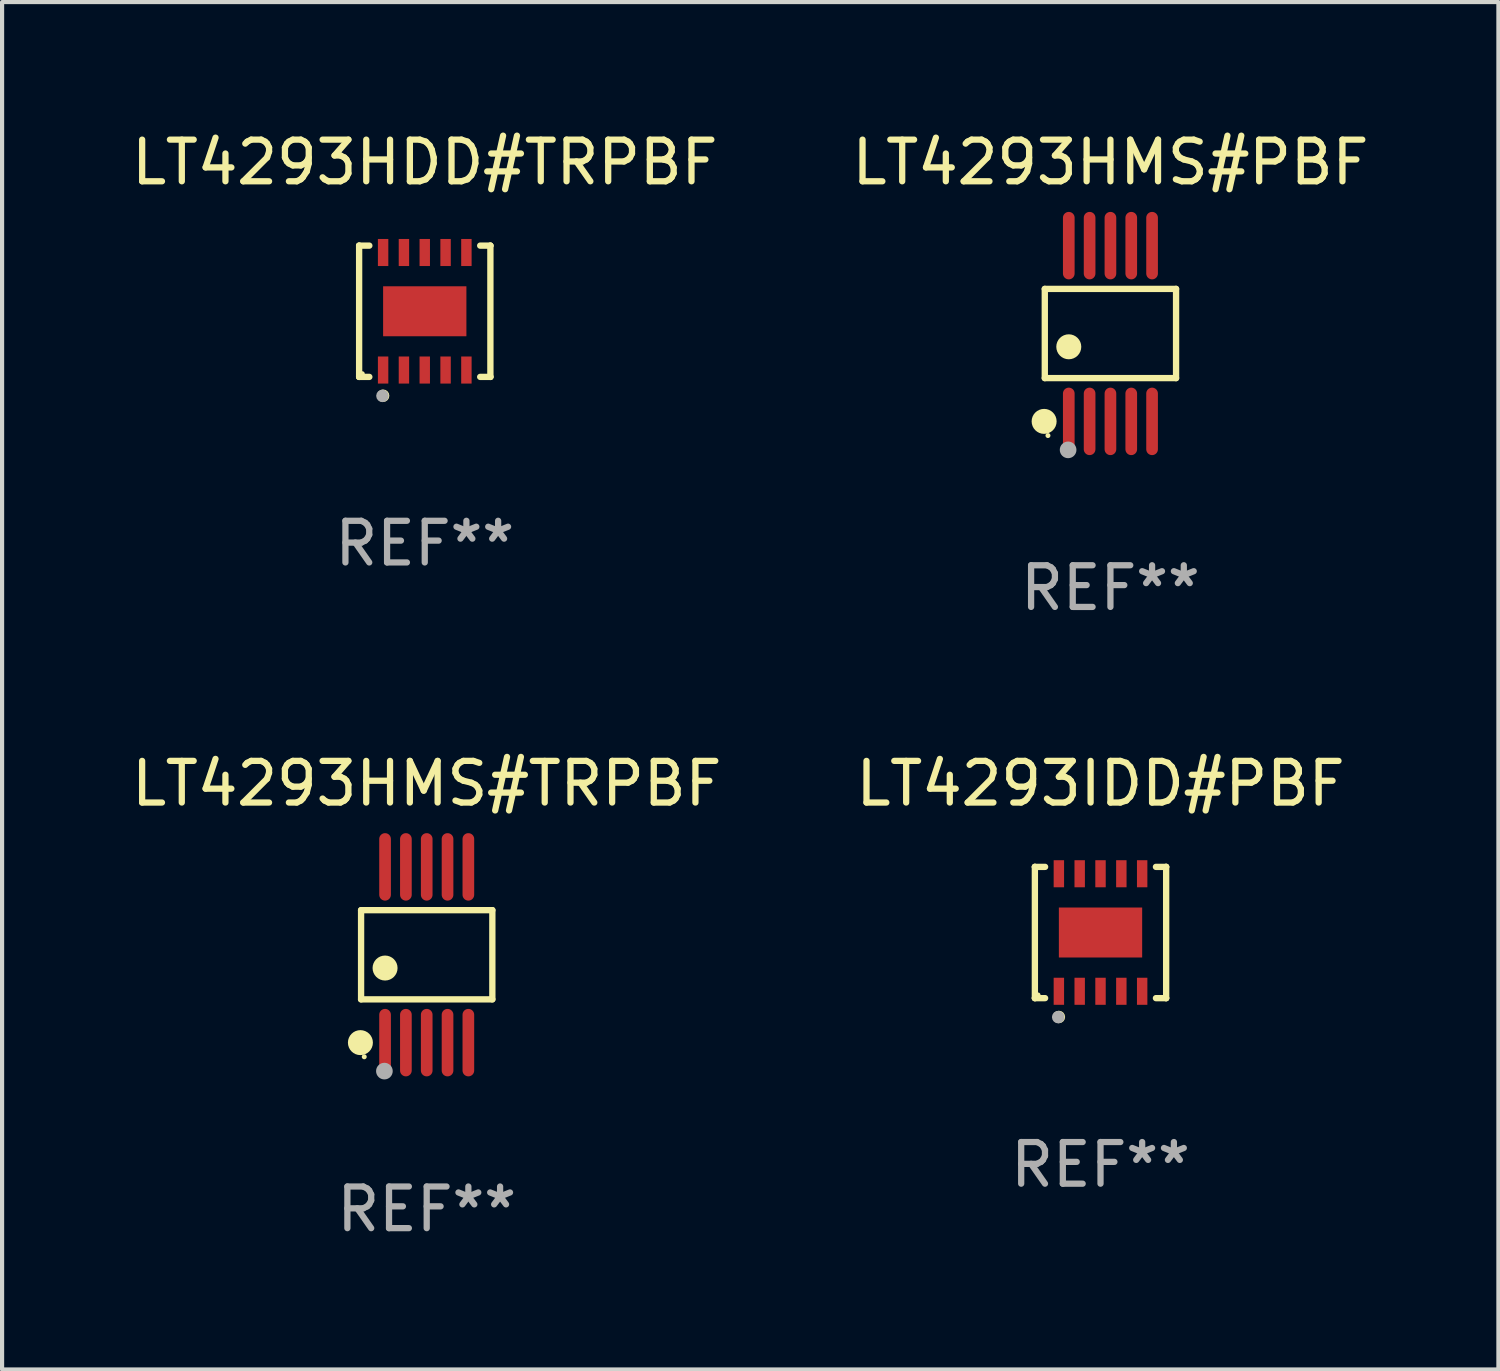
<source format=kicad_pcb>
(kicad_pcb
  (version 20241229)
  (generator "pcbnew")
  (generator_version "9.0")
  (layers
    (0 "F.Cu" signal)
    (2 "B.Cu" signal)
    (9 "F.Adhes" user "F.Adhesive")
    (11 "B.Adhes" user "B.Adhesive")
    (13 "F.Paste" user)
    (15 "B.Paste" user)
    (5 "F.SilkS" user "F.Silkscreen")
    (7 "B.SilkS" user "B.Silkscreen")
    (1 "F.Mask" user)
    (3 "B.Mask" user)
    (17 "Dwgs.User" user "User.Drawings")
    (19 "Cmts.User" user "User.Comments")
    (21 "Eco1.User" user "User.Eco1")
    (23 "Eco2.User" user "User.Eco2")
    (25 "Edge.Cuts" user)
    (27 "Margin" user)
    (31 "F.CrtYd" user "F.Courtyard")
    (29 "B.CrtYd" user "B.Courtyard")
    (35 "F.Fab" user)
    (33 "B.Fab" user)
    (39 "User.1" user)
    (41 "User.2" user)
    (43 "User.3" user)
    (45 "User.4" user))
  (footprint "LT4293HMS#TRPBF"
    (layer "F.Cu")
    (at 7.196 19.875)
    (property "Reference" "LT4293HMS#TRPBF" (at 0 -4.11 0) (layer "F.SilkS") (effects (font (size 1 1) (thickness 0.15))))
    (attr through_hole)
    (fp_line (start -1.576 -1.071) (end 1.576 -1.071) (stroke (width 0.152) (type solid)) (layer "F.SilkS"))
    (fp_line (start -1.576 1.071) (end -1.576 -1.071) (stroke (width 0.152) (type solid)) (layer "F.SilkS"))
    (fp_line (start 1.576 -1.071) (end 1.576 1.071) (stroke (width 0.152) (type solid)) (layer "F.SilkS"))
    (fp_line (start 1.576 1.071) (end -1.576 1.071) (stroke (width 0.152) (type solid)) (layer "F.SilkS"))
    (fp_circle (center -1.592 2.11) (end -1.442 2.11) (stroke (width 0.3) (type solid)) (fill no) (layer "F.SilkS"))
    (fp_circle (center -1.5 2.45) (end -1.47 2.45) (stroke (width 0.06) (type solid)) (fill no) (layer "F.SilkS"))
    (fp_circle (center -1 0.319) (end -0.85 0.319) (stroke (width 0.3) (type solid)) (fill no) (layer "F.SilkS"))
    (fp_circle (center -1.016 2.794) (end -0.916 2.794) (stroke (width 0.2) (type solid)) (fill no) (layer "F.Fab"))
    (fp_text user "REF**" (at 0 6.11 0) (layer "F.Fab") (effects (font (size 1 1) (thickness 0.15))))
    (pad "1" smd oval (at -1 2.11) (size 0.28 1.62) (layers "F.Cu" "F.Mask" "F.Paste"))
    (pad "2" smd oval (at -0.5 2.11) (size 0.28 1.62) (layers "F.Cu" "F.Mask" "F.Paste"))
    (pad "3" smd oval (at 0 2.11) (size 0.28 1.62) (layers "F.Cu" "F.Mask" "F.Paste"))
    (pad "4" smd oval (at 0.5 2.11) (size 0.28 1.62) (layers "F.Cu" "F.Mask" "F.Paste"))
    (pad "5" smd oval (at 1 2.11) (size 0.28 1.62) (layers "F.Cu" "F.Mask" "F.Paste"))
    (pad "6" smd oval (at 1 -2.11) (size 0.28 1.62) (layers "F.Cu" "F.Mask" "F.Paste"))
    (pad "7" smd oval (at 0.5 -2.11) (size 0.28 1.62) (layers "F.Cu" "F.Mask" "F.Paste"))
    (pad "8" smd oval (at 0 -2.11) (size 0.28 1.62) (layers "F.Cu" "F.Mask" "F.Paste"))
    (pad "9" smd oval (at -0.5 -2.11) (size 0.28 1.62) (layers "F.Cu" "F.Mask" "F.Paste"))
    (pad "10" smd oval (at -1 -2.11) (size 0.28 1.62) (layers "F.Cu" "F.Mask" "F.Paste")))
  (footprint "LT4293HMS#PBF"
    (layer "F.Cu")
    (at 23.613 4.958)
    (property "Reference" "LT4293HMS#PBF" (at 0 -4.11 0) (layer "F.SilkS") (effects (font (size 1 1) (thickness 0.15))))
    (attr through_hole)
    (fp_line (start -1.576 -1.071) (end 1.576 -1.071) (stroke (width 0.152) (type solid)) (layer "F.SilkS"))
    (fp_line (start -1.576 1.071) (end -1.576 -1.071) (stroke (width 0.152) (type solid)) (layer "F.SilkS"))
    (fp_line (start 1.576 -1.071) (end 1.576 1.071) (stroke (width 0.152) (type solid)) (layer "F.SilkS"))
    (fp_line (start 1.576 1.071) (end -1.576 1.071) (stroke (width 0.152) (type solid)) (layer "F.SilkS"))
    (fp_circle (center -1.592 2.11) (end -1.442 2.11) (stroke (width 0.3) (type solid)) (fill no) (layer "F.SilkS"))
    (fp_circle (center -1.5 2.45) (end -1.47 2.45) (stroke (width 0.06) (type solid)) (fill no) (layer "F.SilkS"))
    (fp_circle (center -1 0.319) (end -0.85 0.319) (stroke (width 0.3) (type solid)) (fill no) (layer "F.SilkS"))
    (fp_circle (center -1.016 2.794) (end -0.916 2.794) (stroke (width 0.2) (type solid)) (fill no) (layer "F.Fab"))
    (fp_text user "REF**" (at 0 6.11 0) (layer "F.Fab") (effects (font (size 1 1) (thickness 0.15))))
    (pad "1" smd oval (at -1 2.11) (size 0.28 1.62) (layers "F.Cu" "F.Mask" "F.Paste"))
    (pad "2" smd oval (at -0.5 2.11) (size 0.28 1.62) (layers "F.Cu" "F.Mask" "F.Paste"))
    (pad "3" smd oval (at 0 2.11) (size 0.28 1.62) (layers "F.Cu" "F.Mask" "F.Paste"))
    (pad "4" smd oval (at 0.5 2.11) (size 0.28 1.62) (layers "F.Cu" "F.Mask" "F.Paste"))
    (pad "5" smd oval (at 1 2.11) (size 0.28 1.62) (layers "F.Cu" "F.Mask" "F.Paste"))
    (pad "6" smd oval (at 1 -2.11) (size 0.28 1.62) (layers "F.Cu" "F.Mask" "F.Paste"))
    (pad "7" smd oval (at 0.5 -2.11) (size 0.28 1.62) (layers "F.Cu" "F.Mask" "F.Paste"))
    (pad "8" smd oval (at 0 -2.11) (size 0.28 1.62) (layers "F.Cu" "F.Mask" "F.Paste"))
    (pad "9" smd oval (at -0.5 -2.11) (size 0.28 1.62) (layers "F.Cu" "F.Mask" "F.Paste"))
    (pad "10" smd oval (at -1 -2.11) (size 0.28 1.62) (layers "F.Cu" "F.Mask" "F.Paste")))
  (footprint "LT4293HDD#TRPBF"
    (layer "F.Cu")
    (at 7.149 4.424)
    (property "Reference" "LT4293HDD#TRPBF" (at 0 -3.576 0) (layer "F.SilkS") (effects (font (size 1 1) (thickness 0.15))))
    (attr through_hole)
    (fp_line (start -1.576 -1.576) (end -1.576 -1.576) (stroke (width 0.152) (type solid)) (layer "F.SilkS"))
    (fp_line (start -1.576 -1.576) (end -1.331 -1.576) (stroke (width 0.152) (type solid)) (layer "F.SilkS"))
    (fp_line (start -1.576 1.576) (end -1.576 -1.576) (stroke (width 0.152) (type solid)) (layer "F.SilkS"))
    (fp_line (start -1.576 1.576) (end -1.576 1.576) (stroke (width 0.152) (type solid)) (layer "F.SilkS"))
    (fp_line (start -1.331 1.576) (end -1.576 1.576) (stroke (width 0.152) (type solid)) (layer "F.SilkS"))
    (fp_line (start 1.331 1.576) (end 1.576 1.576) (stroke (width 0.152) (type solid)) (layer "F.SilkS"))
    (fp_line (start 1.576 -1.576) (end 1.331 -1.576) (stroke (width 0.152) (type solid)) (layer "F.SilkS"))
    (fp_line (start 1.576 -1.576) (end 1.576 -1.576) (stroke (width 0.152) (type solid)) (layer "F.SilkS"))
    (fp_line (start 1.576 1.576) (end 1.576 -1.576) (stroke (width 0.152) (type solid)) (layer "F.SilkS"))
    (fp_line (start 1.576 1.576) (end 1.576 1.576) (stroke (width 0.152) (type solid)) (layer "F.SilkS"))
    (fp_circle (center -1.5 1.5) (end -1.47 1.5) (stroke (width 0.06) (type solid)) (fill no) (layer "F.SilkS"))
    (fp_circle (center -1 2.028) (end -0.925 2.028) (stroke (width 0.15) (type solid)) (fill no) (layer "F.SilkS"))
    (fp_circle (center -1.016 2.032) (end -0.941 2.032) (stroke (width 0.15) (type solid)) (fill no) (layer "F.Fab"))
    (fp_text user "REF**" (at 0 5.576 0) (layer "F.Fab") (effects (font (size 1 1) (thickness 0.15))))
    (pad "1" smd rect (at -1 1.411) (size 0.25 0.65) (layers "F.Cu" "F.Mask" "F.Paste"))
    (pad "2" smd rect (at -0.5 1.411) (size 0.25 0.65) (layers "F.Cu" "F.Mask" "F.Paste"))
    (pad "3" smd rect (at 0 1.411) (size 0.25 0.65) (layers "F.Cu" "F.Mask" "F.Paste"))
    (pad "4" smd rect (at 0.5 1.411) (size 0.25 0.65) (layers "F.Cu" "F.Mask" "F.Paste"))
    (pad "5" smd rect (at 1 1.411) (size 0.25 0.65) (layers "F.Cu" "F.Mask" "F.Paste"))
    (pad "6" smd rect (at 1 -1.411) (size 0.25 0.65) (layers "F.Cu" "F.Mask" "F.Paste"))
    (pad "7" smd rect (at 0.5 -1.411) (size 0.25 0.65) (layers "F.Cu" "F.Mask" "F.Paste"))
    (pad "8" smd rect (at 0 -1.411) (size 0.25 0.65) (layers "F.Cu" "F.Mask" "F.Paste"))
    (pad "9" smd rect (at -0.5 -1.411) (size 0.25 0.65) (layers "F.Cu" "F.Mask" "F.Paste"))
    (pad "10" smd rect (at -1 -1.411) (size 0.25 0.65) (layers "F.Cu" "F.Mask" "F.Paste"))
    (pad "11" smd rect (at 0 0) (size 2 1.2) (layers "F.Cu" "F.Mask" "F.Paste")))
  (footprint "LT4293IDD#PBF"
    (layer "F.Cu")
    (at 23.375 19.341)
    (property "Reference" "LT4293IDD#PBF" (at 0 -3.576 0) (layer "F.SilkS") (effects (font (size 1 1) (thickness 0.15))))
    (attr through_hole)
    (fp_line (start -1.576 -1.576) (end -1.576 -1.576) (stroke (width 0.152) (type solid)) (layer "F.SilkS"))
    (fp_line (start -1.576 -1.576) (end -1.331 -1.576) (stroke (width 0.152) (type solid)) (layer "F.SilkS"))
    (fp_line (start -1.576 1.576) (end -1.576 -1.576) (stroke (width 0.152) (type solid)) (layer "F.SilkS"))
    (fp_line (start -1.576 1.576) (end -1.576 1.576) (stroke (width 0.152) (type solid)) (layer "F.SilkS"))
    (fp_line (start -1.331 1.576) (end -1.576 1.576) (stroke (width 0.152) (type solid)) (layer "F.SilkS"))
    (fp_line (start 1.331 1.576) (end 1.576 1.576) (stroke (width 0.152) (type solid)) (layer "F.SilkS"))
    (fp_line (start 1.576 -1.576) (end 1.331 -1.576) (stroke (width 0.152) (type solid)) (layer "F.SilkS"))
    (fp_line (start 1.576 -1.576) (end 1.576 -1.576) (stroke (width 0.152) (type solid)) (layer "F.SilkS"))
    (fp_line (start 1.576 1.576) (end 1.576 -1.576) (stroke (width 0.152) (type solid)) (layer "F.SilkS"))
    (fp_line (start 1.576 1.576) (end 1.576 1.576) (stroke (width 0.152) (type solid)) (layer "F.SilkS"))
    (fp_circle (center -1.5 1.5) (end -1.47 1.5) (stroke (width 0.06) (type solid)) (fill no) (layer "F.SilkS"))
    (fp_circle (center -1 2.028) (end -0.925 2.028) (stroke (width 0.15) (type solid)) (fill no) (layer "F.SilkS"))
    (fp_circle (center -1.016 2.032) (end -0.941 2.032) (stroke (width 0.15) (type solid)) (fill no) (layer "F.Fab"))
    (fp_text user "REF**" (at 0 5.576 0) (layer "F.Fab") (effects (font (size 1 1) (thickness 0.15))))
    (pad "1" smd rect (at -1 1.411) (size 0.25 0.65) (layers "F.Cu" "F.Mask" "F.Paste"))
    (pad "2" smd rect (at -0.5 1.411) (size 0.25 0.65) (layers "F.Cu" "F.Mask" "F.Paste"))
    (pad "3" smd rect (at 0 1.411) (size 0.25 0.65) (layers "F.Cu" "F.Mask" "F.Paste"))
    (pad "4" smd rect (at 0.5 1.411) (size 0.25 0.65) (layers "F.Cu" "F.Mask" "F.Paste"))
    (pad "5" smd rect (at 1 1.411) (size 0.25 0.65) (layers "F.Cu" "F.Mask" "F.Paste"))
    (pad "6" smd rect (at 1 -1.411) (size 0.25 0.65) (layers "F.Cu" "F.Mask" "F.Paste"))
    (pad "7" smd rect (at 0.5 -1.411) (size 0.25 0.65) (layers "F.Cu" "F.Mask" "F.Paste"))
    (pad "8" smd rect (at 0 -1.411) (size 0.25 0.65) (layers "F.Cu" "F.Mask" "F.Paste"))
    (pad "9" smd rect (at -0.5 -1.411) (size 0.25 0.65) (layers "F.Cu" "F.Mask" "F.Paste"))
    (pad "10" smd rect (at -1 -1.411) (size 0.25 0.65) (layers "F.Cu" "F.Mask" "F.Paste"))
    (pad "11" smd rect (at 0 0) (size 2 1.2) (layers "F.Cu" "F.Mask" "F.Paste")))
  (gr_rect
    (start -3 -3)
    (end 32.929 29.833)
    (stroke (width 0.1) (type default))
    (fill no)
    (layer "Edge.Cuts")))
</source>
